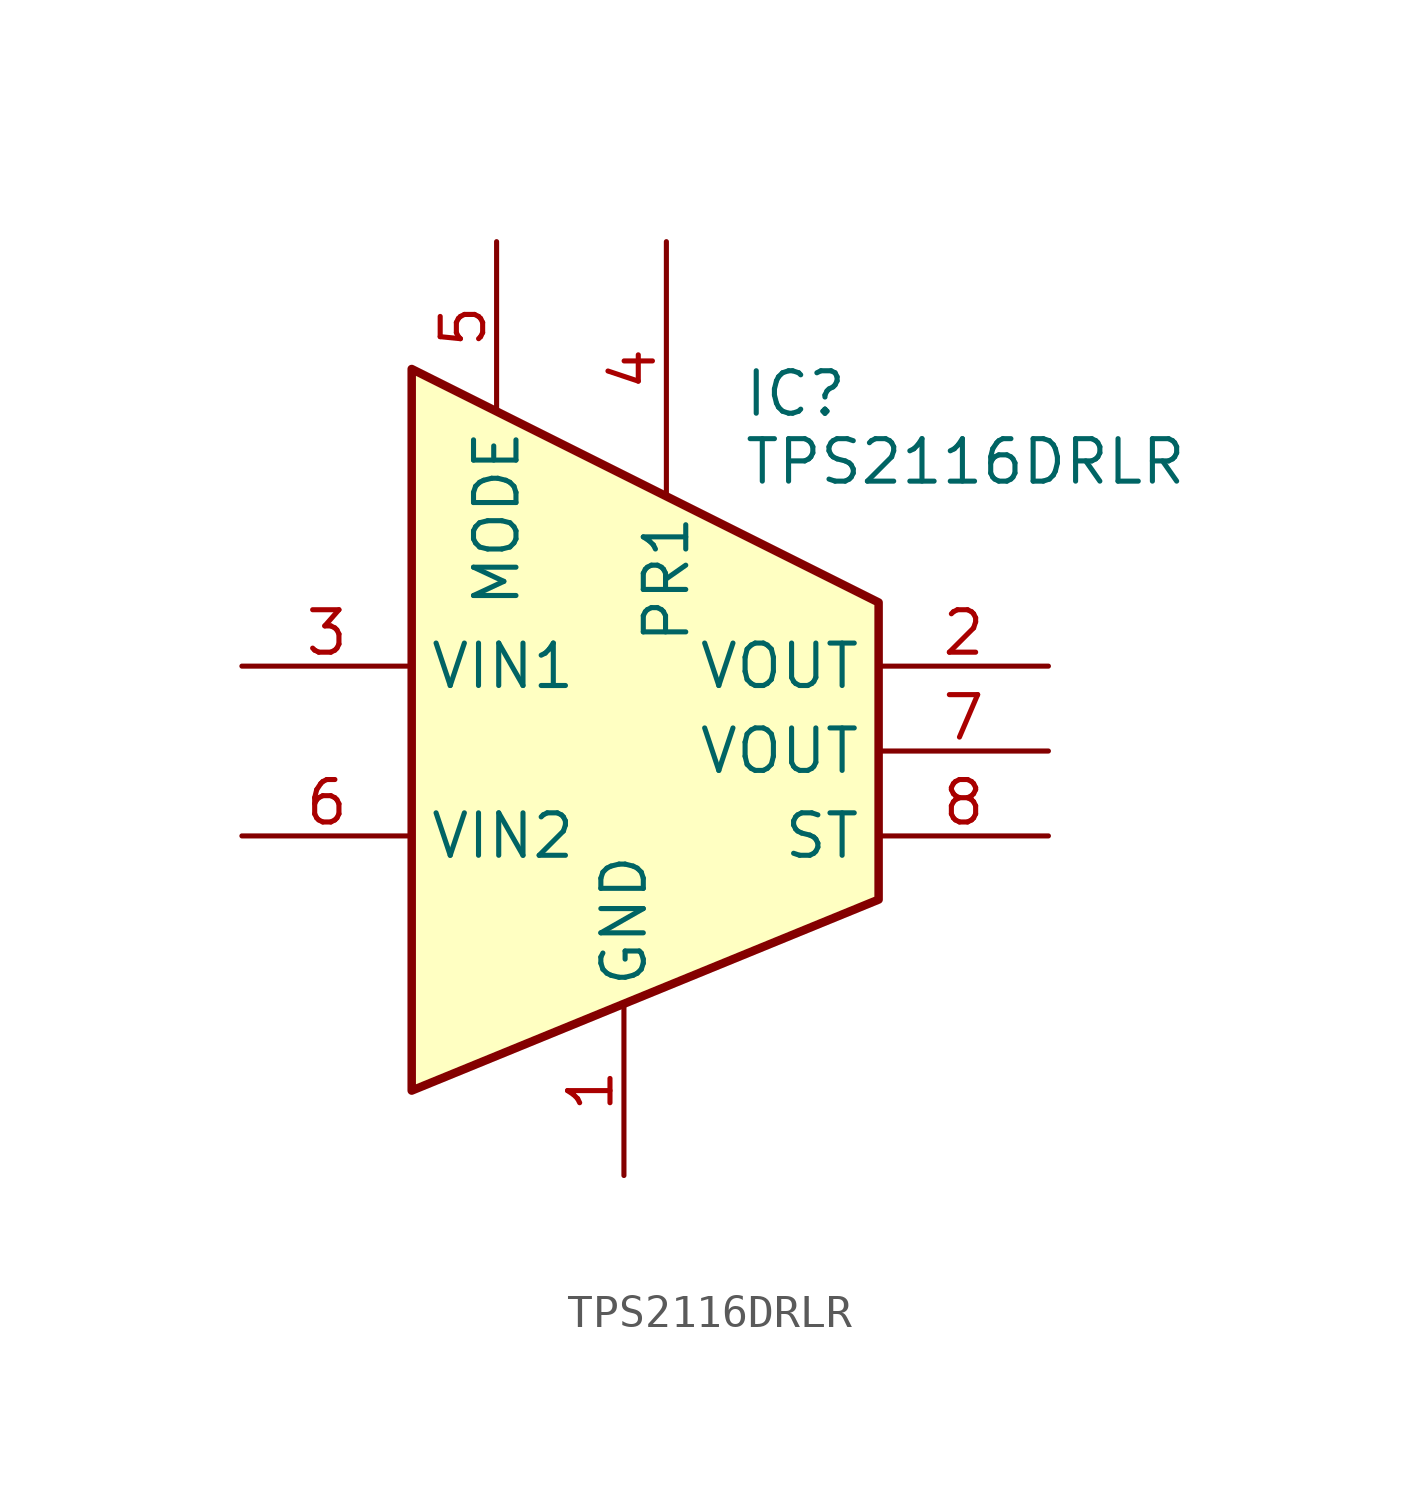
<source format=kicad_sym>
(kicad_symbol_lib
  (version 20241209)
  (generator "kicad_symbol_editor")
  (generator_version "9.0")
  (symbol "TPS2116DRLR"
    (property "Reference" "IC"
      (at 4.826 11.43 0)
      (effects (font (size 1.27 1.27)) (justify left top)))
    (property "Value" "TPS2116DRLR"
      (at 4.826 9.398 0)
      (effects (font (size 1.27 1.27)) (justify left top)))
    (symbol "TPS2116DRLR_1_1"
      (polyline (pts (xy -5.08 -10.16) (xy 8.89 -4.445) (xy 8.89 4.445) (xy -5.08 11.43) (xy -5.08 -10.16)) (stroke (width 0.254) (type solid)) (fill (type background)))
      (pin passive line (at -10.16 2.54 0) (length 5.08) (name "VIN1" (effects (font (size 1.27 1.27)))) (number "3" (effects (font (size 1.27 1.27)))))
      (pin passive line (at -10.16 -2.54 0) (length 5.08) (name "VIN2" (effects (font (size 1.27 1.27)))) (number "6" (effects (font (size 1.27 1.27)))))
      (pin passive line (at -2.54 15.24 270) (length 5.08) (name "MODE" (effects (font (size 1.27 1.27)))) (number "5" (effects (font (size 1.27 1.27)))))
      (pin passive line (at 1.27 -12.7 90) (length 5.08) (name "GND" (effects (font (size 1.27 1.27)))) (number "1" (effects (font (size 1.27 1.27)))))
      (pin passive line (at 2.54 15.24 270) (length 7.62) (name "PR1" (effects (font (size 1.27 1.27)))) (number "4" (effects (font (size 1.27 1.27)))))
      (pin passive line (at 13.97 2.54 180) (length 5.08) (name "VOUT" (effects (font (size 1.27 1.27)))) (number "2" (effects (font (size 1.27 1.27)))))
      (pin passive line (at 13.97 0 180) (length 5.08) (name "VOUT" (effects (font (size 1.27 1.27)))) (number "7" (effects (font (size 1.27 1.27)))))
      (pin passive line (at 13.97 -2.54 180) (length 5.08) (name "ST" (effects (font (size 1.27 1.27)))) (number "8" (effects (font (size 1.27 1.27))))))))
</source>
